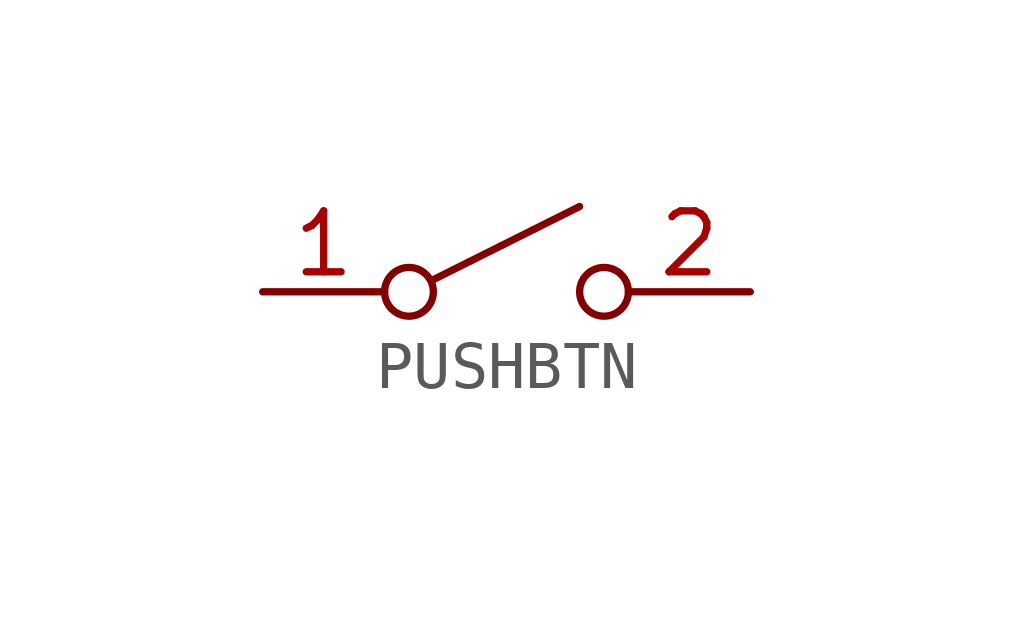
<source format=kicad_sym>
(kicad_symbol_lib
  (version 20220914)
  (generator kicad_symbol_editor)
  (symbol "PUSHBTN"
    (pin_names
      (offset 0) hide)
    (property "Reference" "SW"
      (at 0 3.175 0)
      (effects (font (size 1.27 1.27)) hide))
    (symbol "PUSHBTN_0_0"
      (circle (center -2.032 0) (radius 0.508) (stroke (width 0) (type default)) (fill (type none)))
      (polyline (pts (xy -1.524 0.254) (xy 1.524 1.778)) (stroke (width 0) (type default)) (fill (type none)))
      (circle (center 2.032 0) (radius 0.508) (stroke (width 0) (type default)) (fill (type none))))
    (symbol "PUSHBTN_1_1"
      (pin passive line (at -5.08 0 0) (length 2.54) (name "A" (effects (font (size 1.27 1.27)))) (number "1" (effects (font (size 1.27 1.27)))))
      (pin passive line (at 5.08 0 180) (length 2.54) (name "B" (effects (font (size 1.27 1.27)))) (number "2" (effects (font (size 1.27 1.27))))))))
</source>
